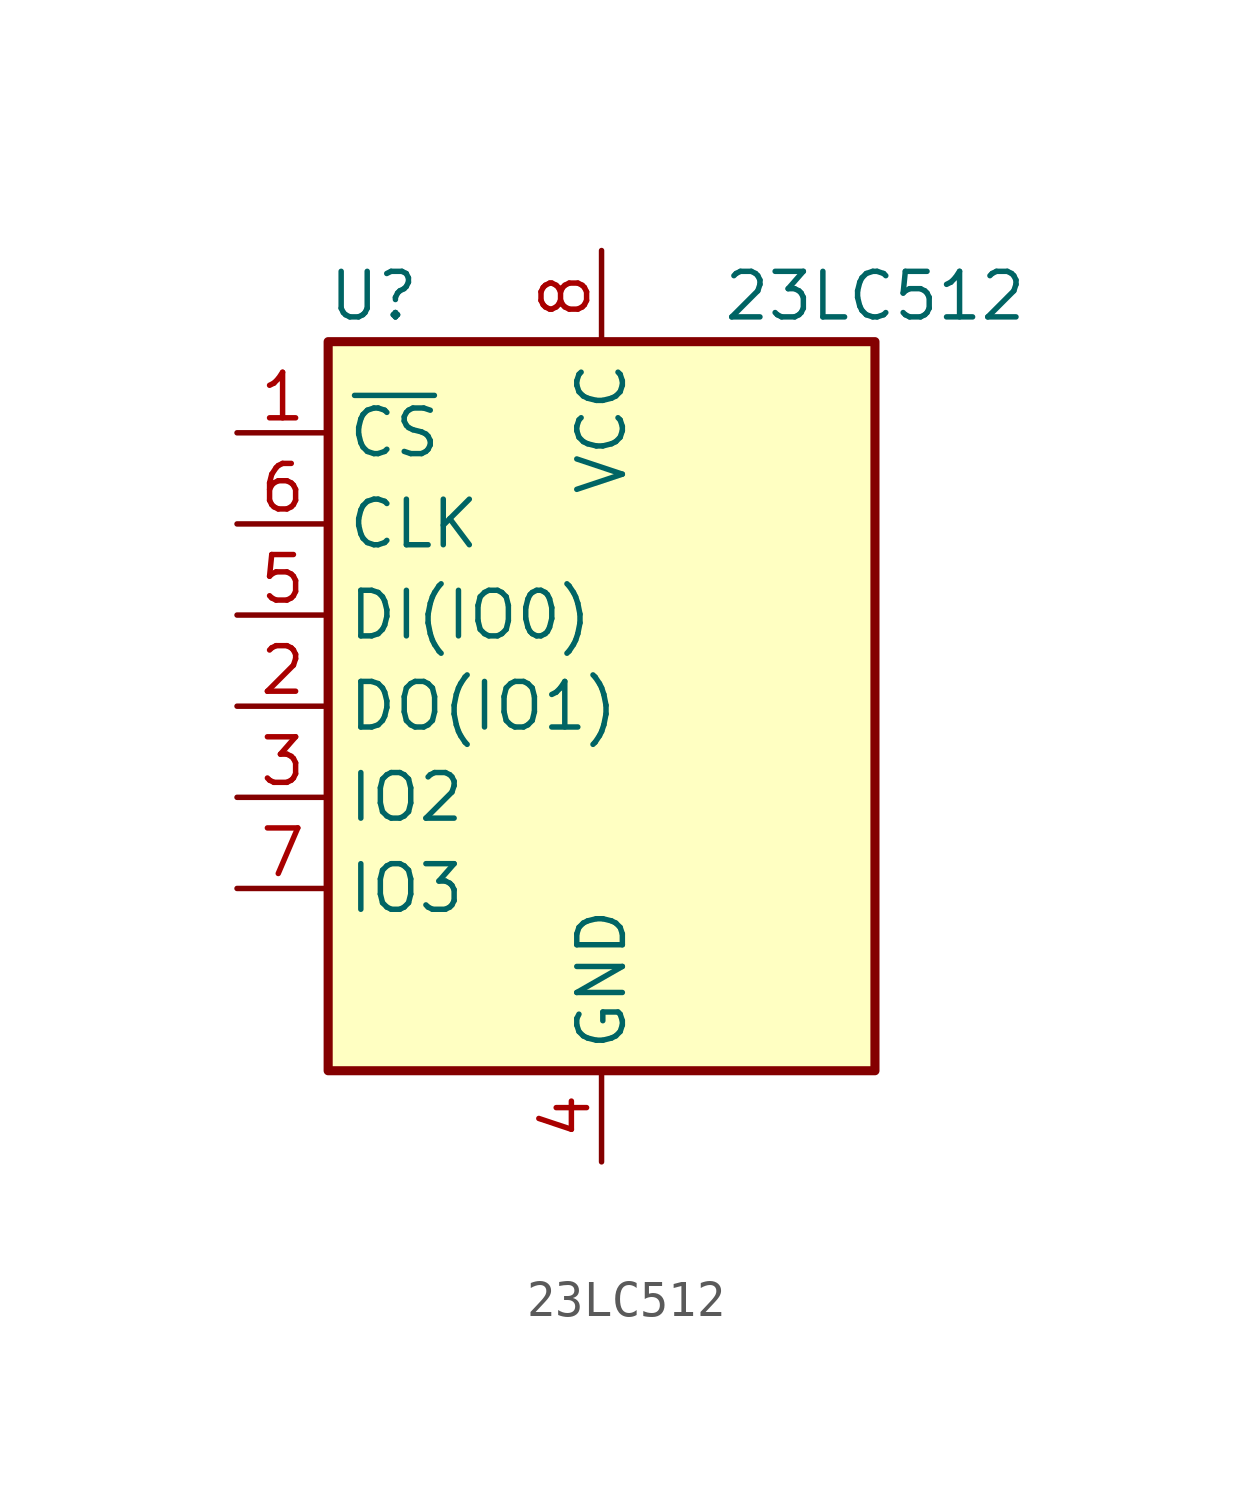
<source format=kicad_sym>
(kicad_symbol_lib
  (version 20220914)
  (generator kicad_symbol_editor)
  (symbol "23LC512"
    (property "Reference" "U"
      (at -6.35 11.43 0)
      (effects (font (size 1.27 1.27))))
    (property "Value" "23LC512"
      (at 7.62 11.43 0)
      (effects (font (size 1.27 1.27))))
    (symbol "23LC512_0_1"
      (rectangle (start -7.62 10.16) (end 7.62 -10.16) (stroke (width 0.254) (type default)) (fill (type background))))
    (symbol "23LC512_1_1"
      (pin input line (at -10.16 7.62 0) (length 2.54) (name "~{CS}" (effects (font (size 1.27 1.27)))) (number "1" (effects (font (size 1.27 1.27)))))
      (pin bidirectional line (at -10.16 0 0) (length 2.54) (name "DO(IO1)" (effects (font (size 1.27 1.27)))) (number "2" (effects (font (size 1.27 1.27)))))
      (pin bidirectional line (at -10.16 -2.54 0) (length 2.54) (name "IO2" (effects (font (size 1.27 1.27)))) (number "3" (effects (font (size 1.27 1.27)))))
      (pin power_in line (at 0 -12.7 90) (length 2.54) (name "GND" (effects (font (size 1.27 1.27)))) (number "4" (effects (font (size 1.27 1.27)))))
      (pin bidirectional line (at -10.16 2.54 0) (length 2.54) (name "DI(IO0)" (effects (font (size 1.27 1.27)))) (number "5" (effects (font (size 1.27 1.27)))))
      (pin input line (at -10.16 5.08 0) (length 2.54) (name "CLK" (effects (font (size 1.27 1.27)))) (number "6" (effects (font (size 1.27 1.27)))))
      (pin bidirectional line (at -10.16 -5.08 0) (length 2.54) (name "IO3" (effects (font (size 1.27 1.27)))) (number "7" (effects (font (size 1.27 1.27)))))
      (pin power_in line (at 0 12.7 270) (length 2.54) (name "VCC" (effects (font (size 1.27 1.27)))) (number "8" (effects (font (size 1.27 1.27))))))))
</source>
